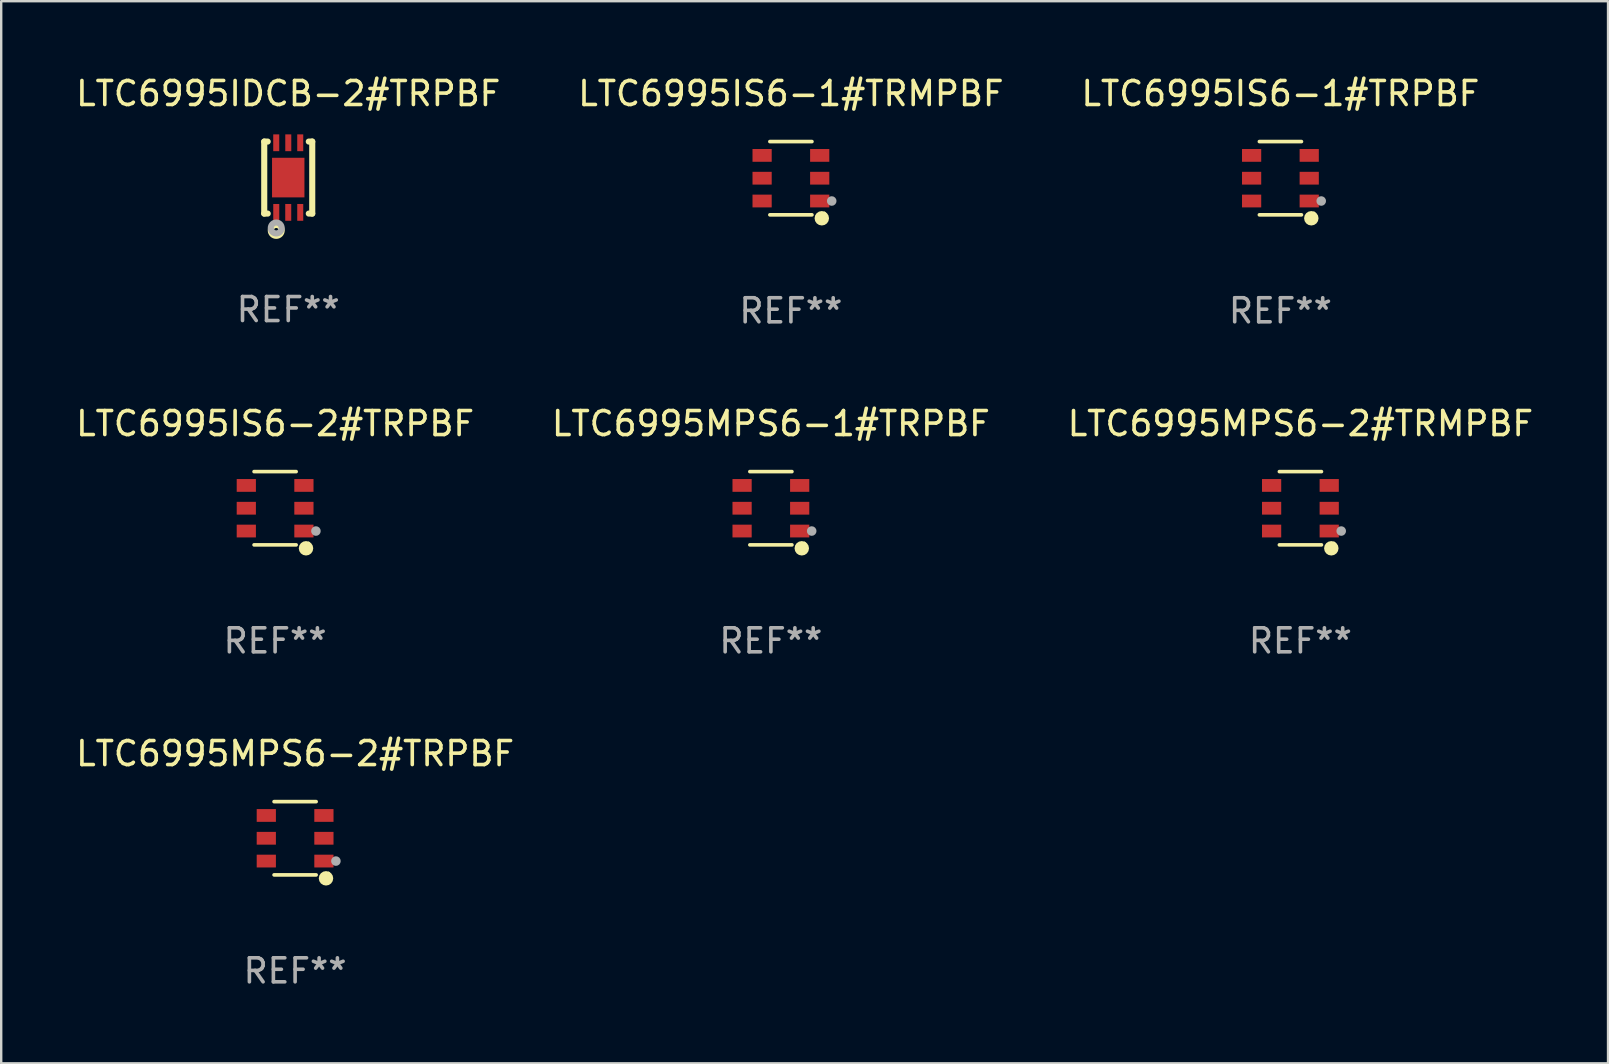
<source format=kicad_pcb>
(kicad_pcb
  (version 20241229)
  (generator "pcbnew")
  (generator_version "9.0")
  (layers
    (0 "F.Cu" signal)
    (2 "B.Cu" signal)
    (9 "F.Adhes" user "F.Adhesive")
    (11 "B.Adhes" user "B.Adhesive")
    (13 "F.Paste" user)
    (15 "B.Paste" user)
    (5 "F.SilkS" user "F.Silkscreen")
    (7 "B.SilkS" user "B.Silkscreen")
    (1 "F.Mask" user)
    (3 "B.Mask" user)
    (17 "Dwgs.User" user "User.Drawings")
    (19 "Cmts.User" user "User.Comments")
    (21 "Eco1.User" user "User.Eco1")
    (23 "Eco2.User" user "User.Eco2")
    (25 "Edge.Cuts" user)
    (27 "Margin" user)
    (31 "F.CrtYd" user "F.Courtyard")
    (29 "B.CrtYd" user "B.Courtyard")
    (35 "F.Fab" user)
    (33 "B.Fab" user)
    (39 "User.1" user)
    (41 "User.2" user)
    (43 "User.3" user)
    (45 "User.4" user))
  (footprint "LTC6995IS6-1#TRPBF"
    (layer "F.Cu")
    (at 50.292 4.374)
    (property "Reference" "LTC6995IS6-1#TRPBF" (at 0 -3.526 0) (layer "F.SilkS") (effects (font (size 1 1) (thickness 0.15))))
    (attr through_hole)
    (fp_line (start 0.876 -1.526) (end -0.876 -1.526) (stroke (width 0.152) (type solid)) (layer "F.SilkS"))
    (fp_line (start 0.876 1.526) (end -0.876 1.526) (stroke (width 0.152) (type solid)) (layer "F.SilkS"))
    (fp_circle (center 1.287 1.669) (end 1.438 1.669) (stroke (width 0.3) (type solid)) (fill no) (layer "F.SilkS"))
    (fp_circle (center 1.4 1.45) (end 1.43 1.45) (stroke (width 0.06) (type solid)) (fill no) (layer "F.SilkS"))
    (fp_circle (center 1.7 0.95) (end 1.8 0.95) (stroke (width 0.2) (type solid)) (fill no) (layer "F.Fab"))
    (fp_text user "REF**" (at 0 5.526 0) (layer "F.Fab") (effects (font (size 1 1) (thickness 0.15))))
    (pad "1" smd rect (at 1.2 0.95) (size 0.8 0.532) (layers "F.Cu" "F.Mask" "F.Paste"))
    (pad "2" smd rect (at 1.2 0) (size 0.8 0.532) (layers "F.Cu" "F.Mask" "F.Paste"))
    (pad "3" smd rect (at 1.2 -0.95) (size 0.8 0.532) (layers "F.Cu" "F.Mask" "F.Paste"))
    (pad "4" smd rect (at -1.2 -0.95) (size 0.8 0.532) (layers "F.Cu" "F.Mask" "F.Paste"))
    (pad "5" smd rect (at -1.2 0) (size 0.8 0.532) (layers "F.Cu" "F.Mask" "F.Paste"))
    (pad "6" smd rect (at -1.2 0.95) (size 0.8 0.532) (layers "F.Cu" "F.Mask" "F.Paste")))
  (footprint "LTC6995IDCB-2#TRPBF"
    (layer "F.Cu")
    (at 8.958 4.348)
    (property "Reference" "LTC6995IDCB-2#TRPBF" (at 0 -3.5 0) (layer "F.SilkS") (effects (font (size 1 1) (thickness 0.15))))
    (attr through_hole)
    (fp_line (start -1 1.5) (end -1 -1.5) (stroke (width 0.254) (type solid)) (layer "F.SilkS"))
    (fp_line (start -0.856 -1.5) (end -1 -1.5) (stroke (width 0.254) (type solid)) (layer "F.SilkS"))
    (fp_line (start -0.855 1.5) (end -1 1.5) (stroke (width 0.254) (type solid)) (layer "F.SilkS"))
    (fp_line (start 1 -1.5) (end 0.856 -1.5) (stroke (width 0.254) (type solid)) (layer "F.SilkS"))
    (fp_line (start 1 1.5) (end 0.856 1.5) (stroke (width 0.254) (type solid)) (layer "F.SilkS"))
    (fp_line (start 1 1.5) (end 1 -1.5) (stroke (width 0.254) (type solid)) (layer "F.SilkS"))
    (fp_circle (center -1 1.5) (end -0.97 1.5) (stroke (width 0.06) (type solid)) (fill no) (layer "F.SilkS"))
    (fp_circle (center -0.5 2.2) (end -0.4 2.2) (stroke (width 0.254) (type solid)) (fill no) (layer "F.SilkS"))
    (fp_circle (center -0.5 2.1) (end -0.4 2.1) (stroke (width 0.254) (type solid)) (fill no) (layer "F.Fab"))
    (fp_text user "REF**" (at 0 5.5 0) (layer "F.Fab") (effects (font (size 1 1) (thickness 0.15))))
    (pad "1" smd rect (at -0.499 1.45 180) (size 0.25 0.7) (layers "F.Cu" "F.Mask" "F.Paste"))
    (pad "2" smd rect (at 0.000025 1.45 180) (size 0.25 0.7) (layers "F.Cu" "F.Mask" "F.Paste"))
    (pad "3" smd rect (at 0.5 1.45 180) (size 0.25 0.7) (layers "F.Cu" "F.Mask" "F.Paste"))
    (pad "4" smd rect (at 0.5 -1.45 180) (size 0.25 0.7) (layers "F.Cu" "F.Mask" "F.Paste"))
    (pad "5" smd rect (at 0.002 -1.45 180) (size 0.25 0.7) (layers "F.Cu" "F.Mask" "F.Paste"))
    (pad "6" smd rect (at -0.5 -1.45 180) (size 0.25 0.7) (layers "F.Cu" "F.Mask" "F.Paste"))
    (pad "7" smd rect (at 0.000025 0.000038 180) (size 1.35 1.65) (layers "F.Cu" "F.Mask" "F.Paste")))
  (footprint "LTC6995MPS6-2#TRPBF"
    (layer "F.Cu")
    (at 9.244 31.872)
    (property "Reference" "LTC6995MPS6-2#TRPBF" (at 0 -3.526 0) (layer "F.SilkS") (effects (font (size 1 1) (thickness 0.15))))
    (attr through_hole)
    (fp_line (start 0.876 -1.526) (end -0.876 -1.526) (stroke (width 0.152) (type solid)) (layer "F.SilkS"))
    (fp_line (start 0.876 1.526) (end -0.876 1.526) (stroke (width 0.152) (type solid)) (layer "F.SilkS"))
    (fp_circle (center 1.287 1.669) (end 1.438 1.669) (stroke (width 0.3) (type solid)) (fill no) (layer "F.SilkS"))
    (fp_circle (center 1.4 1.45) (end 1.43 1.45) (stroke (width 0.06) (type solid)) (fill no) (layer "F.SilkS"))
    (fp_circle (center 1.7 0.95) (end 1.8 0.95) (stroke (width 0.2) (type solid)) (fill no) (layer "F.Fab"))
    (fp_text user "REF**" (at 0 5.526 0) (layer "F.Fab") (effects (font (size 1 1) (thickness 0.15))))
    (pad "1" smd rect (at 1.2 0.95) (size 0.8 0.532) (layers "F.Cu" "F.Mask" "F.Paste"))
    (pad "2" smd rect (at 1.2 0) (size 0.8 0.532) (layers "F.Cu" "F.Mask" "F.Paste"))
    (pad "3" smd rect (at 1.2 -0.95) (size 0.8 0.532) (layers "F.Cu" "F.Mask" "F.Paste"))
    (pad "4" smd rect (at -1.2 -0.95) (size 0.8 0.532) (layers "F.Cu" "F.Mask" "F.Paste"))
    (pad "5" smd rect (at -1.2 0) (size 0.8 0.532) (layers "F.Cu" "F.Mask" "F.Paste"))
    (pad "6" smd rect (at -1.2 0.95) (size 0.8 0.532) (layers "F.Cu" "F.Mask" "F.Paste")))
  (footprint "LTC6995MPS6-1#TRPBF"
    (layer "F.Cu")
    (at 29.065 18.123)
    (property "Reference" "LTC6995MPS6-1#TRPBF" (at 0 -3.526 0) (layer "F.SilkS") (effects (font (size 1 1) (thickness 0.15))))
    (attr through_hole)
    (fp_line (start 0.876 -1.526) (end -0.876 -1.526) (stroke (width 0.152) (type solid)) (layer "F.SilkS"))
    (fp_line (start 0.876 1.526) (end -0.876 1.526) (stroke (width 0.152) (type solid)) (layer "F.SilkS"))
    (fp_circle (center 1.287 1.669) (end 1.438 1.669) (stroke (width 0.3) (type solid)) (fill no) (layer "F.SilkS"))
    (fp_circle (center 1.4 1.45) (end 1.43 1.45) (stroke (width 0.06) (type solid)) (fill no) (layer "F.SilkS"))
    (fp_circle (center 1.7 0.95) (end 1.8 0.95) (stroke (width 0.2) (type solid)) (fill no) (layer "F.Fab"))
    (fp_text user "REF**" (at 0 5.526 0) (layer "F.Fab") (effects (font (size 1 1) (thickness 0.15))))
    (pad "1" smd rect (at 1.2 0.95) (size 0.8 0.532) (layers "F.Cu" "F.Mask" "F.Paste"))
    (pad "2" smd rect (at 1.2 0) (size 0.8 0.532) (layers "F.Cu" "F.Mask" "F.Paste"))
    (pad "3" smd rect (at 1.2 -0.95) (size 0.8 0.532) (layers "F.Cu" "F.Mask" "F.Paste"))
    (pad "4" smd rect (at -1.2 -0.95) (size 0.8 0.532) (layers "F.Cu" "F.Mask" "F.Paste"))
    (pad "5" smd rect (at -1.2 0) (size 0.8 0.532) (layers "F.Cu" "F.Mask" "F.Paste"))
    (pad "6" smd rect (at -1.2 0.95) (size 0.8 0.532) (layers "F.Cu" "F.Mask" "F.Paste")))
  (footprint "LTC6995MPS6-2#TRMPBF"
    (layer "F.Cu")
    (at 51.125 18.123)
    (property "Reference" "LTC6995MPS6-2#TRMPBF" (at 0 -3.526 0) (layer "F.SilkS") (effects (font (size 1 1) (thickness 0.15))))
    (attr through_hole)
    (fp_line (start 0.876 -1.526) (end -0.876 -1.526) (stroke (width 0.152) (type solid)) (layer "F.SilkS"))
    (fp_line (start 0.876 1.526) (end -0.876 1.526) (stroke (width 0.152) (type solid)) (layer "F.SilkS"))
    (fp_circle (center 1.287 1.669) (end 1.438 1.669) (stroke (width 0.3) (type solid)) (fill no) (layer "F.SilkS"))
    (fp_circle (center 1.4 1.45) (end 1.43 1.45) (stroke (width 0.06) (type solid)) (fill no) (layer "F.SilkS"))
    (fp_circle (center 1.7 0.95) (end 1.8 0.95) (stroke (width 0.2) (type solid)) (fill no) (layer "F.Fab"))
    (fp_text user "REF**" (at 0 5.526 0) (layer "F.Fab") (effects (font (size 1 1) (thickness 0.15))))
    (pad "1" smd rect (at 1.2 0.95) (size 0.8 0.532) (layers "F.Cu" "F.Mask" "F.Paste"))
    (pad "2" smd rect (at 1.2 0) (size 0.8 0.532) (layers "F.Cu" "F.Mask" "F.Paste"))
    (pad "3" smd rect (at 1.2 -0.95) (size 0.8 0.532) (layers "F.Cu" "F.Mask" "F.Paste"))
    (pad "4" smd rect (at -1.2 -0.95) (size 0.8 0.532) (layers "F.Cu" "F.Mask" "F.Paste"))
    (pad "5" smd rect (at -1.2 0) (size 0.8 0.532) (layers "F.Cu" "F.Mask" "F.Paste"))
    (pad "6" smd rect (at -1.2 0.95) (size 0.8 0.532) (layers "F.Cu" "F.Mask" "F.Paste")))
  (footprint "LTC6995IS6-2#TRPBF"
    (layer "F.Cu")
    (at 8.411 18.123)
    (property "Reference" "LTC6995IS6-2#TRPBF" (at 0 -3.526 0) (layer "F.SilkS") (effects (font (size 1 1) (thickness 0.15))))
    (attr through_hole)
    (fp_line (start 0.876 -1.526) (end -0.876 -1.526) (stroke (width 0.152) (type solid)) (layer "F.SilkS"))
    (fp_line (start 0.876 1.526) (end -0.876 1.526) (stroke (width 0.152) (type solid)) (layer "F.SilkS"))
    (fp_circle (center 1.287 1.669) (end 1.438 1.669) (stroke (width 0.3) (type solid)) (fill no) (layer "F.SilkS"))
    (fp_circle (center 1.4 1.45) (end 1.43 1.45) (stroke (width 0.06) (type solid)) (fill no) (layer "F.SilkS"))
    (fp_circle (center 1.7 0.95) (end 1.8 0.95) (stroke (width 0.2) (type solid)) (fill no) (layer "F.Fab"))
    (fp_text user "REF**" (at 0 5.526 0) (layer "F.Fab") (effects (font (size 1 1) (thickness 0.15))))
    (pad "1" smd rect (at 1.2 0.95) (size 0.8 0.532) (layers "F.Cu" "F.Mask" "F.Paste"))
    (pad "2" smd rect (at 1.2 0) (size 0.8 0.532) (layers "F.Cu" "F.Mask" "F.Paste"))
    (pad "3" smd rect (at 1.2 -0.95) (size 0.8 0.532) (layers "F.Cu" "F.Mask" "F.Paste"))
    (pad "4" smd rect (at -1.2 -0.95) (size 0.8 0.532) (layers "F.Cu" "F.Mask" "F.Paste"))
    (pad "5" smd rect (at -1.2 0) (size 0.8 0.532) (layers "F.Cu" "F.Mask" "F.Paste"))
    (pad "6" smd rect (at -1.2 0.95) (size 0.8 0.532) (layers "F.Cu" "F.Mask" "F.Paste")))
  (footprint "LTC6995IS6-1#TRMPBF"
    (layer "F.Cu")
    (at 29.899 4.374)
    (property "Reference" "LTC6995IS6-1#TRMPBF" (at 0 -3.526 0) (layer "F.SilkS") (effects (font (size 1 1) (thickness 0.15))))
    (attr through_hole)
    (fp_line (start 0.876 -1.526) (end -0.876 -1.526) (stroke (width 0.152) (type solid)) (layer "F.SilkS"))
    (fp_line (start 0.876 1.526) (end -0.876 1.526) (stroke (width 0.152) (type solid)) (layer "F.SilkS"))
    (fp_circle (center 1.287 1.669) (end 1.438 1.669) (stroke (width 0.3) (type solid)) (fill no) (layer "F.SilkS"))
    (fp_circle (center 1.4 1.45) (end 1.43 1.45) (stroke (width 0.06) (type solid)) (fill no) (layer "F.SilkS"))
    (fp_circle (center 1.7 0.95) (end 1.8 0.95) (stroke (width 0.2) (type solid)) (fill no) (layer "F.Fab"))
    (fp_text user "REF**" (at 0 5.526 0) (layer "F.Fab") (effects (font (size 1 1) (thickness 0.15))))
    (pad "1" smd rect (at 1.2 0.95) (size 0.8 0.532) (layers "F.Cu" "F.Mask" "F.Paste"))
    (pad "2" smd rect (at 1.2 0) (size 0.8 0.532) (layers "F.Cu" "F.Mask" "F.Paste"))
    (pad "3" smd rect (at 1.2 -0.95) (size 0.8 0.532) (layers "F.Cu" "F.Mask" "F.Paste"))
    (pad "4" smd rect (at -1.2 -0.95) (size 0.8 0.532) (layers "F.Cu" "F.Mask" "F.Paste"))
    (pad "5" smd rect (at -1.2 0) (size 0.8 0.532) (layers "F.Cu" "F.Mask" "F.Paste"))
    (pad "6" smd rect (at -1.2 0.95) (size 0.8 0.532) (layers "F.Cu" "F.Mask" "F.Paste")))
  (gr_rect
    (start -3 -3)
    (end 63.94 41.247)
    (stroke (width 0.1) (type default))
    (fill no)
    (layer "Edge.Cuts")))
</source>
